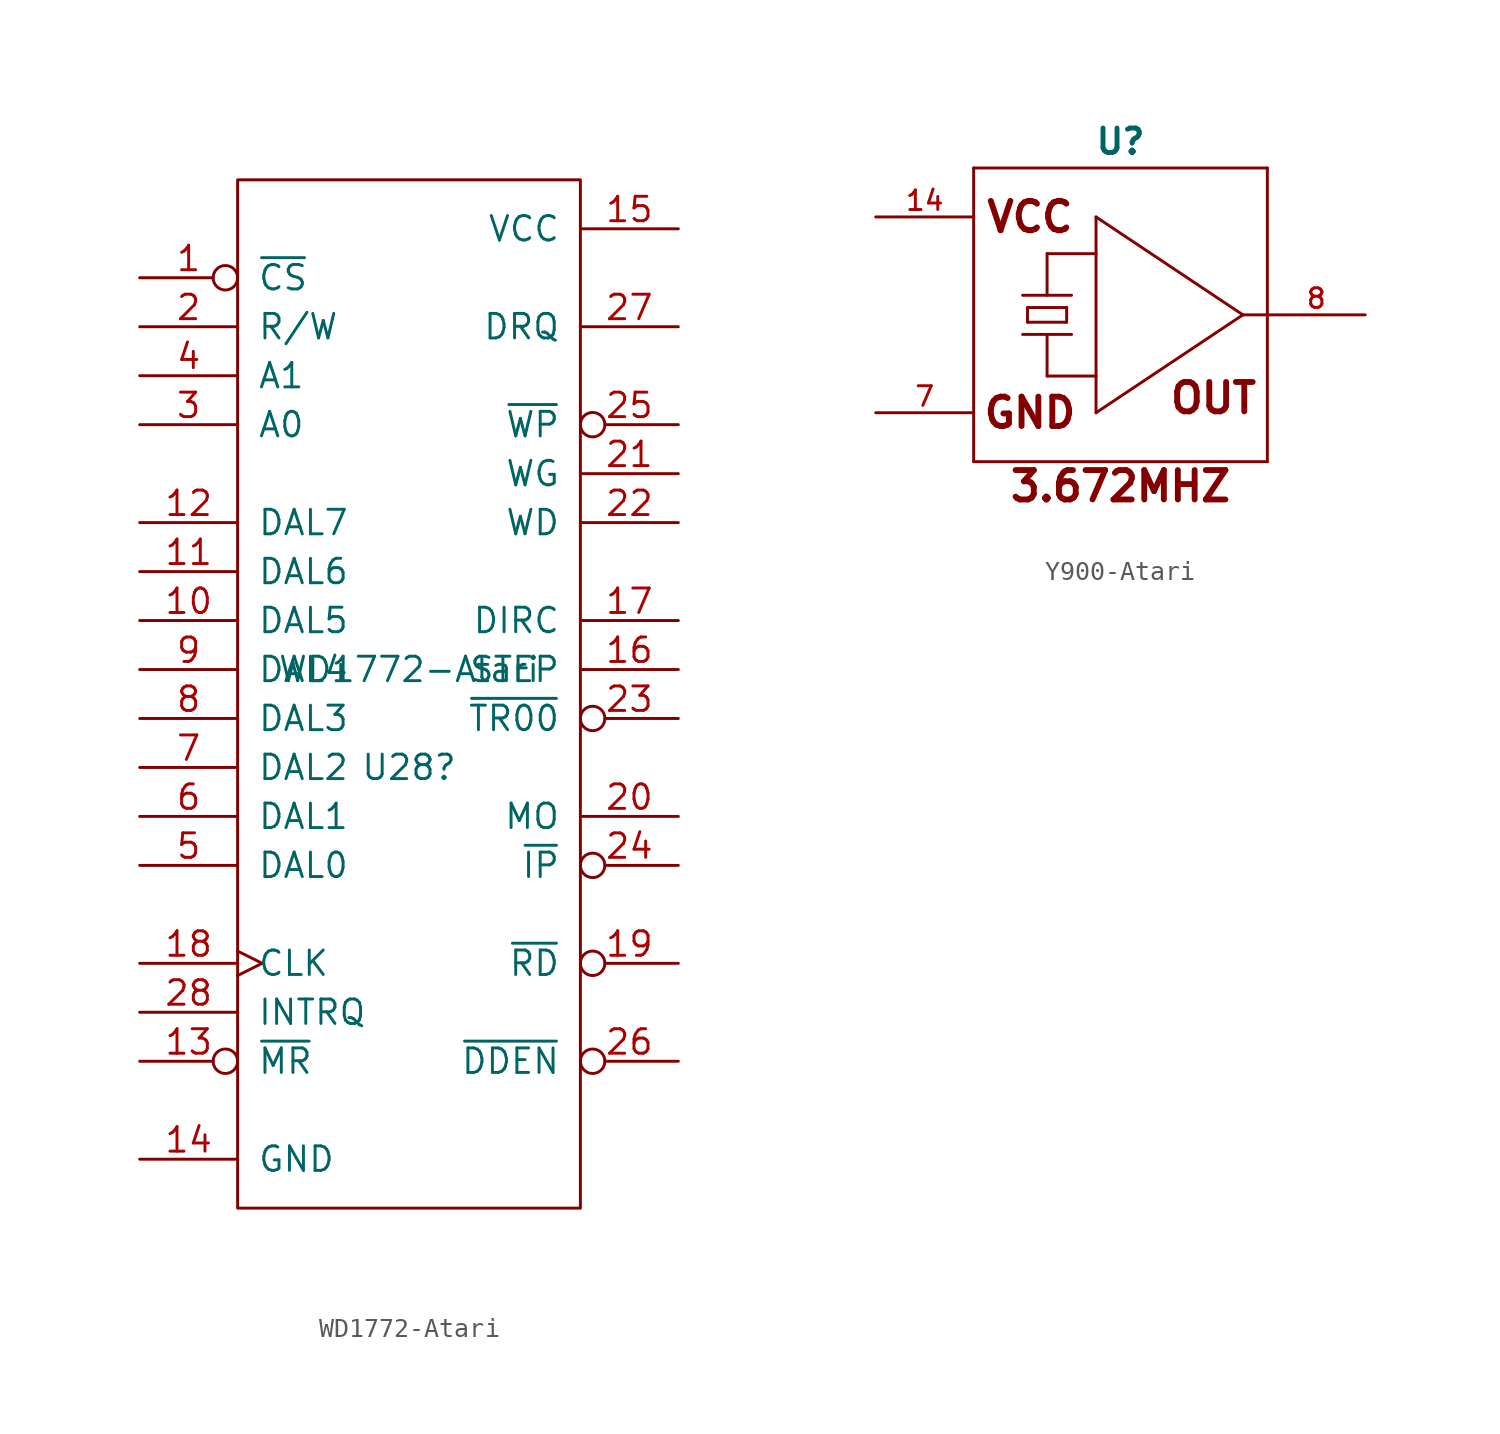
<source format=kicad_sym>
(kicad_symbol_lib
  (version 20231120)
  (generator "kicad_symbol_editor")
  (generator_version "8.0")
  (symbol "WD1772-Atari"
    (pin_names
      (offset 1.016))
    (property "Reference" "U28"
      (at 0 -2.54 0)
      (effects (font (size 1.27 1.27))))
    (property "Value" "WD1772-Atari"
      (at 0 2.54 0)
      (effects (font (size 1.27 1.27))))
    (property "Footprint" ""
      (at 0 0 0)
      (effects (font (size 1.524 1.524))))
    (property "Datasheet" ""
      (at 0 0 0)
      (effects (font (size 1.524 1.524))))
    (symbol "WD1772-Atari_1_0"
      (rectangle (start -8.89 -25.4) (end 8.89 27.94) (stroke (width 0) (type solid)) (fill (type none))))
    (symbol "WD1772-Atari_1_1"
      (pin bidirectional inverted (at -13.97 22.86 0) (length 5.08) (name "~{CS}" (effects (font (size 1.27 1.27)))) (number "1" (effects (font (size 1.27 1.27)))))
      (pin bidirectional line (at -13.97 5.08 0) (length 5.08) (name "DAL5" (effects (font (size 1.27 1.27)))) (number "10" (effects (font (size 1.27 1.27)))))
      (pin bidirectional line (at -13.97 7.62 0) (length 5.08) (name "DAL6" (effects (font (size 1.27 1.27)))) (number "11" (effects (font (size 1.27 1.27)))))
      (pin bidirectional line (at -13.97 10.16 0) (length 5.08) (name "DAL7" (effects (font (size 1.27 1.27)))) (number "12" (effects (font (size 1.27 1.27)))))
      (pin bidirectional inverted (at -13.97 -17.78 0) (length 5.08) (name "~{MR}" (effects (font (size 1.27 1.27)))) (number "13" (effects (font (size 1.27 1.27)))))
      (pin power_in line (at -13.97 -22.86 0) (length 5.08) (name "GND" (effects (font (size 1.27 1.27)))) (number "14" (effects (font (size 1.27 1.27)))))
      (pin power_in line (at 13.97 25.4 180) (length 5.08) (name "VCC" (effects (font (size 1.27 1.27)))) (number "15" (effects (font (size 1.27 1.27)))))
      (pin bidirectional line (at 13.97 2.54 180) (length 5.08) (name "STEP" (effects (font (size 1.27 1.27)))) (number "16" (effects (font (size 1.27 1.27)))))
      (pin bidirectional line (at 13.97 5.08 180) (length 5.08) (name "DIRC" (effects (font (size 1.27 1.27)))) (number "17" (effects (font (size 1.27 1.27)))))
      (pin bidirectional clock (at -13.97 -12.7 0) (length 5.08) (name "CLK" (effects (font (size 1.27 1.27)))) (number "18" (effects (font (size 1.27 1.27)))))
      (pin bidirectional inverted (at 13.97 -12.7 180) (length 5.08) (name "~{RD}" (effects (font (size 1.27 1.27)))) (number "19" (effects (font (size 1.27 1.27)))))
      (pin bidirectional line (at -13.97 20.32 0) (length 5.08) (name "R/W" (effects (font (size 1.27 1.27)))) (number "2" (effects (font (size 1.27 1.27)))))
      (pin bidirectional line (at 13.97 -5.08 180) (length 5.08) (name "MO" (effects (font (size 1.27 1.27)))) (number "20" (effects (font (size 1.27 1.27)))))
      (pin bidirectional line (at 13.97 12.7 180) (length 5.08) (name "WG" (effects (font (size 1.27 1.27)))) (number "21" (effects (font (size 1.27 1.27)))))
      (pin bidirectional line (at 13.97 10.16 180) (length 5.08) (name "WD" (effects (font (size 1.27 1.27)))) (number "22" (effects (font (size 1.27 1.27)))))
      (pin bidirectional inverted (at 13.97 0 180) (length 5.08) (name "~{TR00}" (effects (font (size 1.27 1.27)))) (number "23" (effects (font (size 1.27 1.27)))))
      (pin bidirectional inverted (at 13.97 -7.62 180) (length 5.08) (name "~{IP}" (effects (font (size 1.27 1.27)))) (number "24" (effects (font (size 1.27 1.27)))))
      (pin bidirectional inverted (at 13.97 15.24 180) (length 5.08) (name "~{WP}" (effects (font (size 1.27 1.27)))) (number "25" (effects (font (size 1.27 1.27)))))
      (pin bidirectional inverted (at 13.97 -17.78 180) (length 5.08) (name "~{DDEN}" (effects (font (size 1.27 1.27)))) (number "26" (effects (font (size 1.27 1.27)))))
      (pin bidirectional line (at 13.97 20.32 180) (length 5.08) (name "DRQ" (effects (font (size 1.27 1.27)))) (number "27" (effects (font (size 1.27 1.27)))))
      (pin bidirectional line (at -13.97 -15.24 0) (length 5.08) (name "INTRQ" (effects (font (size 1.27 1.27)))) (number "28" (effects (font (size 1.27 1.27)))))
      (pin bidirectional line (at -13.97 15.24 0) (length 5.08) (name "A0" (effects (font (size 1.27 1.27)))) (number "3" (effects (font (size 1.27 1.27)))))
      (pin bidirectional line (at -13.97 17.78 0) (length 5.08) (name "A1" (effects (font (size 1.27 1.27)))) (number "4" (effects (font (size 1.27 1.27)))))
      (pin bidirectional line (at -13.97 -7.62 0) (length 5.08) (name "DAL0" (effects (font (size 1.27 1.27)))) (number "5" (effects (font (size 1.27 1.27)))))
      (pin bidirectional line (at -13.97 -5.08 0) (length 5.08) (name "DAL1" (effects (font (size 1.27 1.27)))) (number "6" (effects (font (size 1.27 1.27)))))
      (pin bidirectional line (at -13.97 -2.54 0) (length 5.08) (name "DAL2" (effects (font (size 1.27 1.27)))) (number "7" (effects (font (size 1.27 1.27)))))
      (pin bidirectional line (at -13.97 0 0) (length 5.08) (name "DAL3" (effects (font (size 1.27 1.27)))) (number "8" (effects (font (size 1.27 1.27)))))
      (pin bidirectional line (at -13.97 2.54 0) (length 5.08) (name "DAL4" (effects (font (size 1.27 1.27)))) (number "9" (effects (font (size 1.27 1.27)))))))
  (symbol "Y900-Atari"
    (pin_names
      (offset 1.016))
    (property "Reference" "U"
      (at 0 8.255 0)
      (effects (font (size 1.27 1.27) (bold yes)) (justify bottom)))
    (property "Footprint" ""
      (at 0 0 0)
      (effects (font (size 1.524 1.524))))
    (property "Datasheet" ""
      (at 0 0 0)
      (effects (font (size 1.524 1.524))))
    (property "ki_locked" ""
      (at 0 0 0)
      (effects (font (size 1.27 1.27))))
    (symbol "Y900-Atari_0_0"
      (text "3.672MHZ" (at 0 -8.89 0) (effects (font (size 1.524 1.524) (bold yes)))))
    (symbol "Y900-Atari_1_0"
      (polyline (pts (xy -7.62 7.62) (xy -7.62 -7.62)) (stroke (width 0) (type solid)) (fill (type none)))
      (polyline (pts (xy -7.62 7.62) (xy 7.62 7.62)) (stroke (width 0) (type solid)) (fill (type none)))
      (polyline (pts (xy -5.08 -1.016) (xy -3.81 -1.016)) (stroke (width 0) (type solid)) (fill (type none)))
      (polyline (pts (xy -5.08 1.016) (xy -2.54 1.016)) (stroke (width 0) (type solid)) (fill (type none)))
      (polyline (pts (xy -4.826 -0.381) (xy -4.826 0.381)) (stroke (width 0) (type solid)) (fill (type none)))
      (polyline (pts (xy -4.826 -0.381) (xy -2.794 -0.381)) (stroke (width 0) (type solid)) (fill (type none)))
      (polyline (pts (xy -4.826 0.381) (xy -2.794 0.381)) (stroke (width 0) (type solid)) (fill (type none)))
      (polyline (pts (xy -3.81 -3.175) (xy -3.81 -1.016)) (stroke (width 0) (type solid)) (fill (type none)))
      (polyline (pts (xy -3.81 -3.175) (xy -1.27 -3.175)) (stroke (width 0) (type solid)) (fill (type none)))
      (polyline (pts (xy -3.81 -1.016) (xy -2.54 -1.016)) (stroke (width 0) (type solid)) (fill (type none)))
      (polyline (pts (xy -3.81 1.016) (xy -3.81 3.175)) (stroke (width 0) (type solid)) (fill (type none)))
      (polyline (pts (xy -3.81 3.175) (xy -1.27 3.175)) (stroke (width 0) (type solid)) (fill (type none)))
      (polyline (pts (xy -2.794 0.381) (xy -2.794 -0.381)) (stroke (width 0) (type solid)) (fill (type none)))
      (polyline (pts (xy -1.27 -5.08) (xy -1.27 -3.175)) (stroke (width 0) (type solid)) (fill (type none)))
      (polyline (pts (xy -1.27 -3.175) (xy -1.27 3.175)) (stroke (width 0) (type solid)) (fill (type none)))
      (polyline (pts (xy -1.27 3.175) (xy -1.27 5.08)) (stroke (width 0) (type solid)) (fill (type none)))
      (polyline (pts (xy -1.27 5.08) (xy 6.35 0)) (stroke (width 0) (type solid)) (fill (type none)))
      (polyline (pts (xy 6.35 0) (xy -1.27 -5.08)) (stroke (width 0) (type solid)) (fill (type none)))
      (polyline (pts (xy 6.35 0) (xy 7.62 0)) (stroke (width 0) (type solid)) (fill (type none)))
      (polyline (pts (xy 7.62 -7.62) (xy -7.62 -7.62)) (stroke (width 0) (type solid)) (fill (type none)))
      (polyline (pts (xy 7.62 -7.62) (xy 7.62 0)) (stroke (width 0) (type solid)) (fill (type none)))
      (polyline (pts (xy 7.62 0) (xy 7.62 7.62)) (stroke (width 0) (type solid)) (fill (type none)))
      (text "GND" (at -4.699 -5.08 0) (effects (font (size 1.524 1.524) (bold yes))))
      (text "OUT" (at 4.826 -4.318 0) (effects (font (size 1.524 1.524) (bold yes))))
      (text "VCC" (at -4.699 5.08 0) (effects (font (size 1.524 1.524) (bold yes)))))
    (symbol "Y900-Atari_1_1"
      (pin power_in line (at -12.7 5.08 0) (length 5.08) (name "~" (effects (font (size 1.016 1.016)))) (number "14" (effects (font (size 1.016 1.016)))))
      (pin power_in line (at -12.7 -5.08 0) (length 5.08) (name "~" (effects (font (size 1.016 1.016)))) (number "7" (effects (font (size 1.016 1.016)))))
      (pin output line (at 12.7 0 180) (length 5.08) (name "~" (effects (font (size 1.016 1.016)))) (number "8" (effects (font (size 1.016 1.016))))))))
</source>
